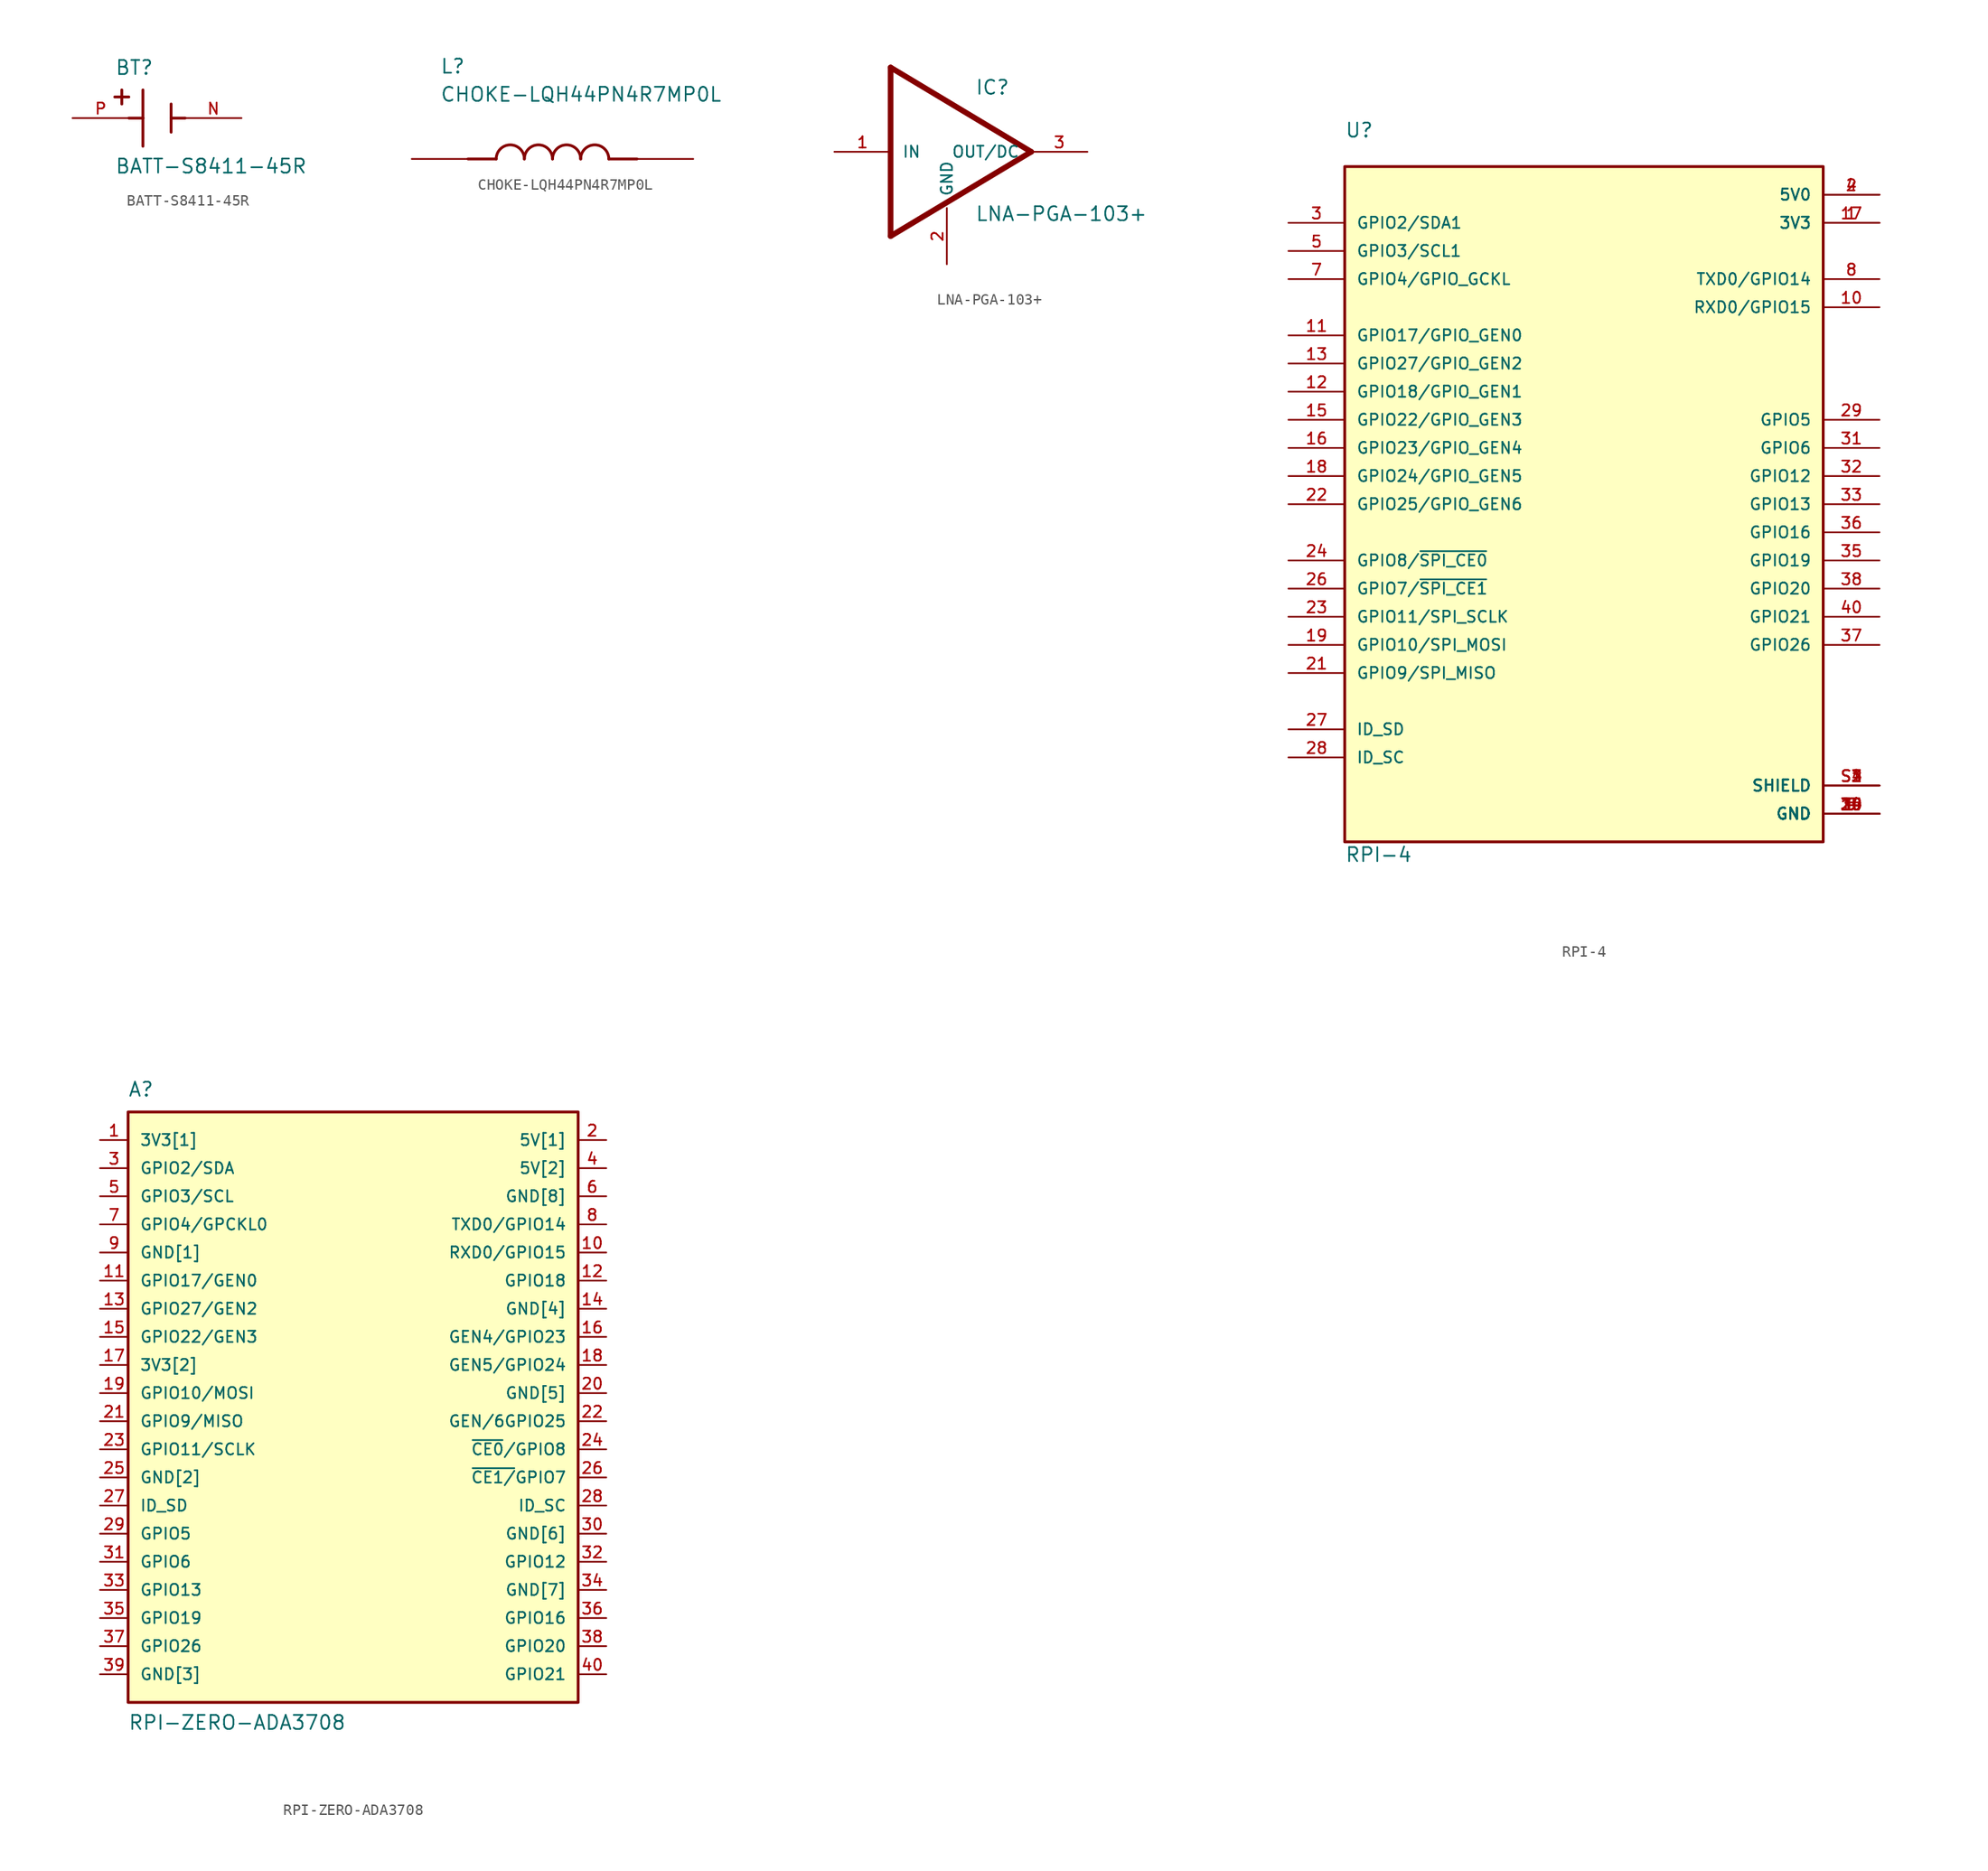
<source format=kicad_sym>
(kicad_symbol_lib
  (version 20211014)
  (generator kicad_symbol_editor)
  (symbol "BATT-S8411-45R"
    (pin_names
      (offset 1.016) hide)
    (property "Reference" "BT"
      (at -3.81 3.81 0)
      (effects (font (size 1.27 1.27)) (justify left bottom)))
    (property "Value" "BATT-S8411-45R"
      (at -3.81 -5.08 0)
      (effects (font (size 1.27 1.27)) (justify left bottom)))
    (property "ki_locked" ""
      (at 0 0 0)
      (effects (font (size 1.27 1.27))))
    (symbol "BATT-S8411-45R_0_0"
      (polyline (pts (xy -3.81 1.905) (xy -2.54 1.905)) (stroke (width 0.254) (type default) (color 0 0 0 0)) (fill (type none)))
      (polyline (pts (xy -3.175 2.54) (xy -3.175 1.27)) (stroke (width 0.254) (type default) (color 0 0 0 0)) (fill (type none)))
      (polyline (pts (xy -1.27 0) (xy -2.54 0)) (stroke (width 0.254) (type default) (color 0 0 0 0)) (fill (type none)))
      (polyline (pts (xy -1.27 0) (xy -1.27 -2.54)) (stroke (width 0.254) (type default) (color 0 0 0 0)) (fill (type none)))
      (polyline (pts (xy -1.27 2.54) (xy -1.27 0)) (stroke (width 0.254) (type default) (color 0 0 0 0)) (fill (type none)))
      (polyline (pts (xy 1.27 0) (xy 1.27 -1.27)) (stroke (width 0.254) (type default) (color 0 0 0 0)) (fill (type none)))
      (polyline (pts (xy 1.27 0) (xy 2.54 0)) (stroke (width 0.254) (type default) (color 0 0 0 0)) (fill (type none)))
      (polyline (pts (xy 1.27 1.27) (xy 1.27 0)) (stroke (width 0.254) (type default) (color 0 0 0 0)) (fill (type none)))
      (pin passive line (at 7.62 0 180) (length 5.08) (name "~" (effects (font (size 1.016 1.016)))) (number "N" (effects (font (size 1.016 1.016)))))
      (pin passive line (at -7.62 0 0) (length 5.08) (name "~" (effects (font (size 1.016 1.016)))) (number "P" (effects (font (size 1.016 1.016)))))))
  (symbol "CHOKE-LQH44PN4R7MP0L"
    (pin_numbers hide)
    (pin_names
      (offset 1.016) hide)
    (property "Reference" "L"
      (at -10.16 7.62 0)
      (effects (font (size 1.27 1.27)) (justify left bottom)))
    (property "Value" "CHOKE-LQH44PN4R7MP0L"
      (at -10.16 5.08 0)
      (effects (font (size 1.27 1.27)) (justify left bottom)))
    (property "ki_locked" ""
      (at 0 0 0)
      (effects (font (size 1.27 1.27))))
    (symbol "CHOKE-LQH44PN4R7MP0L_0_0"
      (arc (start -2.54 0) (mid -3.81 1.27) (end -5.08 0) (stroke (width 0.254) (type default) (color 0 0 0 0)) (fill (type none)))
      (arc (start 0 0) (mid -1.27 1.27) (end -2.54 0) (stroke (width 0.254) (type default) (color 0 0 0 0)) (fill (type none)))
      (polyline (pts (xy -5.08 0) (xy -7.62 0)) (stroke (width 0.254) (type default) (color 0 0 0 0)) (fill (type none)))
      (polyline (pts (xy 5.08 0) (xy 7.62 0)) (stroke (width 0.254) (type default) (color 0 0 0 0)) (fill (type none)))
      (arc (start 2.54 0) (mid 1.27 1.27) (end 0 0) (stroke (width 0.254) (type default) (color 0 0 0 0)) (fill (type none)))
      (arc (start 5.08 0) (mid 3.81 1.27) (end 2.54 0) (stroke (width 0.254) (type default) (color 0 0 0 0)) (fill (type none)))
      (pin passive line (at -12.7 0 0) (length 5.08) (name "~" (effects (font (size 1.016 1.016)))) (number "1" (effects (font (size 1.016 1.016)))))
      (pin passive line (at 12.7 0 180) (length 5.08) (name "~" (effects (font (size 1.016 1.016)))) (number "2" (effects (font (size 1.016 1.016)))))))
  (symbol "LNA-PGA-103+"
    (pin_names
      (offset 1.016))
    (property "Reference" "IC"
      (at 2.54 5.08 0)
      (effects (font (size 1.27 1.27)) (justify left bottom)))
    (property "Value" "LNA-PGA-103+"
      (at 2.54 -6.35 0)
      (effects (font (size 1.27 1.27)) (justify left bottom)))
    (property "ki_locked" ""
      (at 0 0 0)
      (effects (font (size 1.27 1.27))))
    (symbol "LNA-PGA-103+_0_0"
      (polyline (pts (xy -5.08 -7.62) (xy -5.08 7.62)) (stroke (width 0.508) (type default) (color 0 0 0 0)) (fill (type none)))
      (polyline (pts (xy -5.08 7.62) (xy 7.62 0)) (stroke (width 0.508) (type default) (color 0 0 0 0)) (fill (type none)))
      (polyline (pts (xy 7.62 0) (xy -5.08 -7.62)) (stroke (width 0.508) (type default) (color 0 0 0 0)) (fill (type none)))
      (pin input line (at -10.16 0 0) (length 5.08) (name "IN" (effects (font (size 1.016 1.016)))) (number "1" (effects (font (size 1.016 1.016)))))
      (pin power_in line (at 0 -10.16 90) (length 5.08) (name "GND" (effects (font (size 1.016 1.016)))) (number "2" (effects (font (size 1.016 1.016)))))
      (pin output line (at 12.7 0 180) (length 5.08) (name "OUT/DC" (effects (font (size 1.016 1.016)))) (number "3" (effects (font (size 1.016 1.016)))))))
  (symbol "RPI-4"
    (pin_names
      (offset 1.016))
    (property "Reference" "U"
      (at -22.86 27.94 0)
      (effects (font (size 1.27 1.27)) (justify left bottom)))
    (property "Value" "RPI-4"
      (at -22.86 -37.465 0)
      (effects (font (size 1.27 1.27)) (justify left bottom)))
    (property "ki_locked" ""
      (at 0 0 0)
      (effects (font (size 1.27 1.27))))
    (symbol "RPI-4_0_0"
      (rectangle (start -22.86 -35.56) (end 20.32 25.4) (stroke (width 0.254) (type default) (color 0 0 0 0)) (fill (type background)))
      (pin power_in line (at 25.4 20.32 180) (length 5.08) (name "3V3" (effects (font (size 1.016 1.016)))) (number "1" (effects (font (size 1.016 1.016)))))
      (pin bidirectional line (at 25.4 12.7 180) (length 5.08) (name "RXD0/GPIO15" (effects (font (size 1.016 1.016)))) (number "10" (effects (font (size 1.016 1.016)))))
      (pin bidirectional line (at -27.94 10.16 0) (length 5.08) (name "GPIO17/GPIO_GEN0" (effects (font (size 1.016 1.016)))) (number "11" (effects (font (size 1.016 1.016)))))
      (pin bidirectional line (at -27.94 5.08 0) (length 5.08) (name "GPIO18/GPIO_GEN1" (effects (font (size 1.016 1.016)))) (number "12" (effects (font (size 1.016 1.016)))))
      (pin bidirectional line (at -27.94 7.62 0) (length 5.08) (name "GPIO27/GPIO_GEN2" (effects (font (size 1.016 1.016)))) (number "13" (effects (font (size 1.016 1.016)))))
      (pin power_in line (at 25.4 -33.02 180) (length 5.08) (name "GND" (effects (font (size 1.016 1.016)))) (number "14" (effects (font (size 1.016 1.016)))))
      (pin bidirectional line (at -27.94 2.54 0) (length 5.08) (name "GPIO22/GPIO_GEN3" (effects (font (size 1.016 1.016)))) (number "15" (effects (font (size 1.016 1.016)))))
      (pin bidirectional line (at -27.94 0 0) (length 5.08) (name "GPIO23/GPIO_GEN4" (effects (font (size 1.016 1.016)))) (number "16" (effects (font (size 1.016 1.016)))))
      (pin power_in line (at 25.4 20.32 180) (length 5.08) (name "3V3" (effects (font (size 1.016 1.016)))) (number "17" (effects (font (size 1.016 1.016)))))
      (pin bidirectional line (at -27.94 -2.54 0) (length 5.08) (name "GPIO24/GPIO_GEN5" (effects (font (size 1.016 1.016)))) (number "18" (effects (font (size 1.016 1.016)))))
      (pin bidirectional line (at -27.94 -17.78 0) (length 5.08) (name "GPIO10/SPI_MOSI" (effects (font (size 1.016 1.016)))) (number "19" (effects (font (size 1.016 1.016)))))
      (pin power_in line (at 25.4 22.86 180) (length 5.08) (name "5V0" (effects (font (size 1.016 1.016)))) (number "2" (effects (font (size 1.016 1.016)))))
      (pin power_in line (at 25.4 -33.02 180) (length 5.08) (name "GND" (effects (font (size 1.016 1.016)))) (number "20" (effects (font (size 1.016 1.016)))))
      (pin bidirectional line (at -27.94 -20.32 0) (length 5.08) (name "GPIO9/SPI_MISO" (effects (font (size 1.016 1.016)))) (number "21" (effects (font (size 1.016 1.016)))))
      (pin bidirectional line (at -27.94 -5.08 0) (length 5.08) (name "GPIO25/GPIO_GEN6" (effects (font (size 1.016 1.016)))) (number "22" (effects (font (size 1.016 1.016)))))
      (pin bidirectional line (at -27.94 -15.24 0) (length 5.08) (name "GPIO11/SPI_SCLK" (effects (font (size 1.016 1.016)))) (number "23" (effects (font (size 1.016 1.016)))))
      (pin bidirectional line (at -27.94 -10.16 0) (length 5.08) (name "GPIO8/~{SPI_CE0}" (effects (font (size 1.016 1.016)))) (number "24" (effects (font (size 1.016 1.016)))))
      (pin power_in line (at 25.4 -33.02 180) (length 5.08) (name "GND" (effects (font (size 1.016 1.016)))) (number "25" (effects (font (size 1.016 1.016)))))
      (pin bidirectional line (at -27.94 -12.7 0) (length 5.08) (name "GPIO7/~{SPI_CE1}" (effects (font (size 1.016 1.016)))) (number "26" (effects (font (size 1.016 1.016)))))
      (pin bidirectional line (at -27.94 -25.4 0) (length 5.08) (name "ID_SD" (effects (font (size 1.016 1.016)))) (number "27" (effects (font (size 1.016 1.016)))))
      (pin bidirectional line (at -27.94 -27.94 0) (length 5.08) (name "ID_SC" (effects (font (size 1.016 1.016)))) (number "28" (effects (font (size 1.016 1.016)))))
      (pin bidirectional line (at 25.4 2.54 180) (length 5.08) (name "GPIO5" (effects (font (size 1.016 1.016)))) (number "29" (effects (font (size 1.016 1.016)))))
      (pin bidirectional line (at -27.94 20.32 0) (length 5.08) (name "GPIO2/SDA1" (effects (font (size 1.016 1.016)))) (number "3" (effects (font (size 1.016 1.016)))))
      (pin power_in line (at 25.4 -33.02 180) (length 5.08) (name "GND" (effects (font (size 1.016 1.016)))) (number "30" (effects (font (size 1.016 1.016)))))
      (pin bidirectional line (at 25.4 0 180) (length 5.08) (name "GPIO6" (effects (font (size 1.016 1.016)))) (number "31" (effects (font (size 1.016 1.016)))))
      (pin bidirectional line (at 25.4 -2.54 180) (length 5.08) (name "GPIO12" (effects (font (size 1.016 1.016)))) (number "32" (effects (font (size 1.016 1.016)))))
      (pin bidirectional line (at 25.4 -5.08 180) (length 5.08) (name "GPIO13" (effects (font (size 1.016 1.016)))) (number "33" (effects (font (size 1.016 1.016)))))
      (pin power_in line (at 25.4 -33.02 180) (length 5.08) (name "GND" (effects (font (size 1.016 1.016)))) (number "34" (effects (font (size 1.016 1.016)))))
      (pin bidirectional line (at 25.4 -10.16 180) (length 5.08) (name "GPIO19" (effects (font (size 1.016 1.016)))) (number "35" (effects (font (size 1.016 1.016)))))
      (pin bidirectional line (at 25.4 -7.62 180) (length 5.08) (name "GPIO16" (effects (font (size 1.016 1.016)))) (number "36" (effects (font (size 1.016 1.016)))))
      (pin bidirectional line (at 25.4 -17.78 180) (length 5.08) (name "GPIO26" (effects (font (size 1.016 1.016)))) (number "37" (effects (font (size 1.016 1.016)))))
      (pin bidirectional line (at 25.4 -12.7 180) (length 5.08) (name "GPIO20" (effects (font (size 1.016 1.016)))) (number "38" (effects (font (size 1.016 1.016)))))
      (pin power_in line (at 25.4 -33.02 180) (length 5.08) (name "GND" (effects (font (size 1.016 1.016)))) (number "39" (effects (font (size 1.016 1.016)))))
      (pin power_in line (at 25.4 22.86 180) (length 5.08) (name "5V0" (effects (font (size 1.016 1.016)))) (number "4" (effects (font (size 1.016 1.016)))))
      (pin bidirectional line (at 25.4 -15.24 180) (length 5.08) (name "GPIO21" (effects (font (size 1.016 1.016)))) (number "40" (effects (font (size 1.016 1.016)))))
      (pin bidirectional line (at -27.94 17.78 0) (length 5.08) (name "GPIO3/SCL1" (effects (font (size 1.016 1.016)))) (number "5" (effects (font (size 1.016 1.016)))))
      (pin power_in line (at 25.4 -33.02 180) (length 5.08) (name "GND" (effects (font (size 1.016 1.016)))) (number "6" (effects (font (size 1.016 1.016)))))
      (pin bidirectional line (at -27.94 15.24 0) (length 5.08) (name "GPIO4/GPIO_GCKL" (effects (font (size 1.016 1.016)))) (number "7" (effects (font (size 1.016 1.016)))))
      (pin bidirectional line (at 25.4 15.24 180) (length 5.08) (name "TXD0/GPIO14" (effects (font (size 1.016 1.016)))) (number "8" (effects (font (size 1.016 1.016)))))
      (pin power_in line (at 25.4 -33.02 180) (length 5.08) (name "GND" (effects (font (size 1.016 1.016)))) (number "9" (effects (font (size 1.016 1.016)))))
      (pin power_in line (at 25.4 -30.48 180) (length 5.08) (name "SHIELD" (effects (font (size 1.016 1.016)))) (number "S1" (effects (font (size 1.016 1.016)))))
      (pin power_in line (at 25.4 -30.48 180) (length 5.08) (name "SHIELD" (effects (font (size 1.016 1.016)))) (number "S2" (effects (font (size 1.016 1.016)))))
      (pin power_in line (at 25.4 -30.48 180) (length 5.08) (name "SHIELD" (effects (font (size 1.016 1.016)))) (number "S3" (effects (font (size 1.016 1.016)))))
      (pin power_in line (at 25.4 -30.48 180) (length 5.08) (name "SHIELD" (effects (font (size 1.016 1.016)))) (number "S4" (effects (font (size 1.016 1.016)))))))
  (symbol "RPI-ZERO-ADA3708"
    (pin_names
      (offset 1.016))
    (property "Reference" "A"
      (at -20.345 26.695 0)
      (effects (font (size 1.27 1.27)) (justify left bottom)))
    (property "Value" "RPI-ZERO-ADA3708"
      (at -20.345 -30.505 0)
      (effects (font (size 1.27 1.27)) (justify left bottom)))
    (property "ki_locked" ""
      (at 0 0 0)
      (effects (font (size 1.27 1.27))))
    (symbol "RPI-ZERO-ADA3708_0_0"
      (rectangle (start -20.32 -27.94) (end 20.32 25.4) (stroke (width 0.254) (type default) (color 0 0 0 0)) (fill (type background)))
      (pin power_in line (at -22.86 22.86 0) (length 2.54) (name "3V3[1]" (effects (font (size 1.016 1.016)))) (number "1" (effects (font (size 1.016 1.016)))))
      (pin bidirectional line (at 22.86 12.7 180) (length 2.54) (name "RXD0/GPIO15" (effects (font (size 1.016 1.016)))) (number "10" (effects (font (size 1.016 1.016)))))
      (pin bidirectional line (at -22.86 10.16 0) (length 2.54) (name "GPIO17/GEN0" (effects (font (size 1.016 1.016)))) (number "11" (effects (font (size 1.016 1.016)))))
      (pin bidirectional line (at 22.86 10.16 180) (length 2.54) (name "GPIO18" (effects (font (size 1.016 1.016)))) (number "12" (effects (font (size 1.016 1.016)))))
      (pin bidirectional line (at -22.86 7.62 0) (length 2.54) (name "GPIO27/GEN2" (effects (font (size 1.016 1.016)))) (number "13" (effects (font (size 1.016 1.016)))))
      (pin power_in line (at 22.86 7.62 180) (length 2.54) (name "GND[4]" (effects (font (size 1.016 1.016)))) (number "14" (effects (font (size 1.016 1.016)))))
      (pin bidirectional line (at -22.86 5.08 0) (length 2.54) (name "GPIO22/GEN3" (effects (font (size 1.016 1.016)))) (number "15" (effects (font (size 1.016 1.016)))))
      (pin bidirectional line (at 22.86 5.08 180) (length 2.54) (name "GEN4/GPIO23" (effects (font (size 1.016 1.016)))) (number "16" (effects (font (size 1.016 1.016)))))
      (pin power_in line (at -22.86 2.54 0) (length 2.54) (name "3V3[2]" (effects (font (size 1.016 1.016)))) (number "17" (effects (font (size 1.016 1.016)))))
      (pin bidirectional line (at 22.86 2.54 180) (length 2.54) (name "GEN5/GPIO24" (effects (font (size 1.016 1.016)))) (number "18" (effects (font (size 1.016 1.016)))))
      (pin bidirectional line (at -22.86 0 0) (length 2.54) (name "GPIO10/MOSI" (effects (font (size 1.016 1.016)))) (number "19" (effects (font (size 1.016 1.016)))))
      (pin power_in line (at 22.86 22.86 180) (length 2.54) (name "5V[1]" (effects (font (size 1.016 1.016)))) (number "2" (effects (font (size 1.016 1.016)))))
      (pin power_in line (at 22.86 0 180) (length 2.54) (name "GND[5]" (effects (font (size 1.016 1.016)))) (number "20" (effects (font (size 1.016 1.016)))))
      (pin bidirectional line (at -22.86 -2.54 0) (length 2.54) (name "GPIO9/MISO" (effects (font (size 1.016 1.016)))) (number "21" (effects (font (size 1.016 1.016)))))
      (pin bidirectional line (at 22.86 -2.54 180) (length 2.54) (name "GEN/6GPIO25" (effects (font (size 1.016 1.016)))) (number "22" (effects (font (size 1.016 1.016)))))
      (pin bidirectional line (at -22.86 -5.08 0) (length 2.54) (name "GPIO11/SCLK" (effects (font (size 1.016 1.016)))) (number "23" (effects (font (size 1.016 1.016)))))
      (pin bidirectional line (at 22.86 -5.08 180) (length 2.54) (name "~{CE0}/GPIO8" (effects (font (size 1.016 1.016)))) (number "24" (effects (font (size 1.016 1.016)))))
      (pin power_in line (at -22.86 -7.62 0) (length 2.54) (name "GND[2]" (effects (font (size 1.016 1.016)))) (number "25" (effects (font (size 1.016 1.016)))))
      (pin bidirectional line (at 22.86 -7.62 180) (length 2.54) (name "~{CE1/}GPIO7" (effects (font (size 1.016 1.016)))) (number "26" (effects (font (size 1.016 1.016)))))
      (pin bidirectional line (at -22.86 -10.16 0) (length 2.54) (name "ID_SD" (effects (font (size 1.016 1.016)))) (number "27" (effects (font (size 1.016 1.016)))))
      (pin bidirectional line (at 22.86 -10.16 180) (length 2.54) (name "ID_SC" (effects (font (size 1.016 1.016)))) (number "28" (effects (font (size 1.016 1.016)))))
      (pin bidirectional line (at -22.86 -12.7 0) (length 2.54) (name "GPIO5" (effects (font (size 1.016 1.016)))) (number "29" (effects (font (size 1.016 1.016)))))
      (pin bidirectional line (at -22.86 20.32 0) (length 2.54) (name "GPIO2/SDA" (effects (font (size 1.016 1.016)))) (number "3" (effects (font (size 1.016 1.016)))))
      (pin power_in line (at 22.86 -12.7 180) (length 2.54) (name "GND[6]" (effects (font (size 1.016 1.016)))) (number "30" (effects (font (size 1.016 1.016)))))
      (pin bidirectional line (at -22.86 -15.24 0) (length 2.54) (name "GPIO6" (effects (font (size 1.016 1.016)))) (number "31" (effects (font (size 1.016 1.016)))))
      (pin bidirectional line (at 22.86 -15.24 180) (length 2.54) (name "GPIO12" (effects (font (size 1.016 1.016)))) (number "32" (effects (font (size 1.016 1.016)))))
      (pin bidirectional line (at -22.86 -17.78 0) (length 2.54) (name "GPIO13" (effects (font (size 1.016 1.016)))) (number "33" (effects (font (size 1.016 1.016)))))
      (pin power_in line (at 22.86 -17.78 180) (length 2.54) (name "GND[7]" (effects (font (size 1.016 1.016)))) (number "34" (effects (font (size 1.016 1.016)))))
      (pin bidirectional line (at -22.86 -20.32 0) (length 2.54) (name "GPIO19" (effects (font (size 1.016 1.016)))) (number "35" (effects (font (size 1.016 1.016)))))
      (pin bidirectional line (at 22.86 -20.32 180) (length 2.54) (name "GPIO16" (effects (font (size 1.016 1.016)))) (number "36" (effects (font (size 1.016 1.016)))))
      (pin bidirectional line (at -22.86 -22.86 0) (length 2.54) (name "GPIO26" (effects (font (size 1.016 1.016)))) (number "37" (effects (font (size 1.016 1.016)))))
      (pin bidirectional line (at 22.86 -22.86 180) (length 2.54) (name "GPIO20" (effects (font (size 1.016 1.016)))) (number "38" (effects (font (size 1.016 1.016)))))
      (pin power_in line (at -22.86 -25.4 0) (length 2.54) (name "GND[3]" (effects (font (size 1.016 1.016)))) (number "39" (effects (font (size 1.016 1.016)))))
      (pin power_in line (at 22.86 20.32 180) (length 2.54) (name "5V[2]" (effects (font (size 1.016 1.016)))) (number "4" (effects (font (size 1.016 1.016)))))
      (pin bidirectional line (at 22.86 -25.4 180) (length 2.54) (name "GPIO21" (effects (font (size 1.016 1.016)))) (number "40" (effects (font (size 1.016 1.016)))))
      (pin bidirectional line (at -22.86 17.78 0) (length 2.54) (name "GPIO3/SCL" (effects (font (size 1.016 1.016)))) (number "5" (effects (font (size 1.016 1.016)))))
      (pin power_in line (at 22.86 17.78 180) (length 2.54) (name "GND[8]" (effects (font (size 1.016 1.016)))) (number "6" (effects (font (size 1.016 1.016)))))
      (pin bidirectional line (at -22.86 15.24 0) (length 2.54) (name "GPIO4/GPCKL0" (effects (font (size 1.016 1.016)))) (number "7" (effects (font (size 1.016 1.016)))))
      (pin bidirectional line (at 22.86 15.24 180) (length 2.54) (name "TXD0/GPIO14" (effects (font (size 1.016 1.016)))) (number "8" (effects (font (size 1.016 1.016)))))
      (pin power_in line (at -22.86 12.7 0) (length 2.54) (name "GND[1]" (effects (font (size 1.016 1.016)))) (number "9" (effects (font (size 1.016 1.016))))))))
</source>
